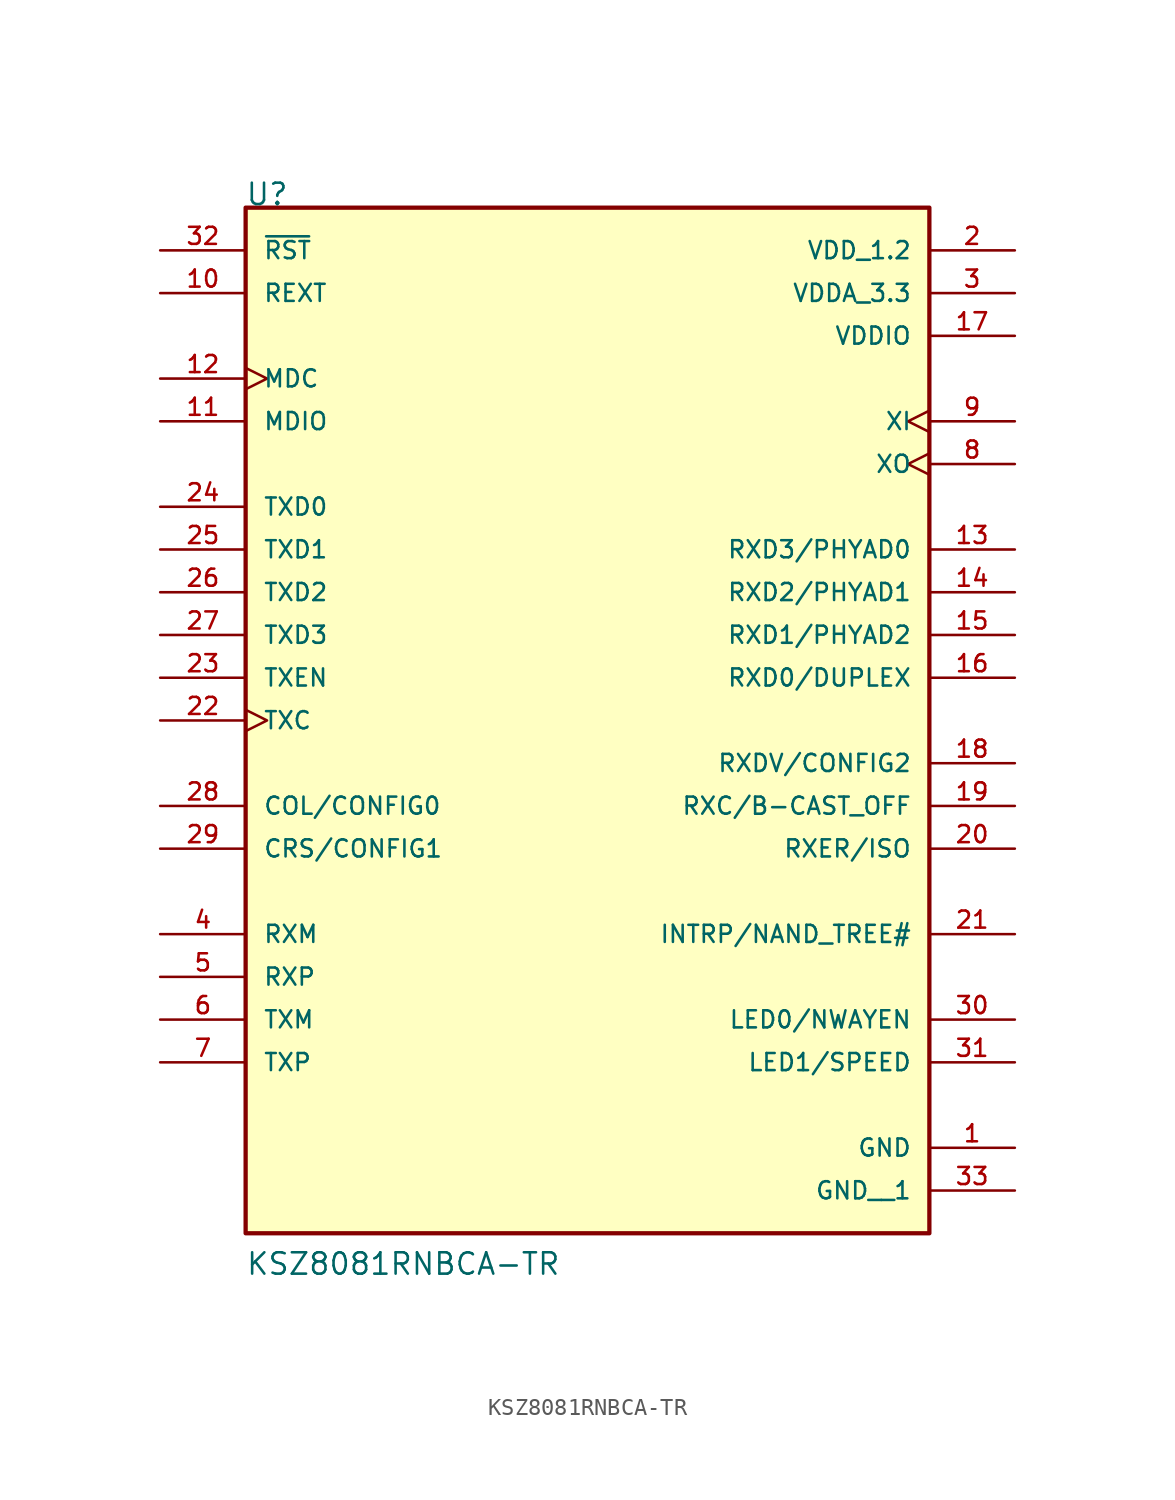
<source format=kicad_sym>
(kicad_symbol_lib
  (version 20211014)
  (generator kicad_symbol_editor)
  (symbol "KSZ8081RNBCA-TR"
    (pin_names
      (offset 1.016))
    (property "Reference" "U"
      (at -20.355 30.532 0)
      (effects (font (size 1.27 1.27)) (justify bottom left)))
    (property "Value" "KSZ8081RNBCA-TR"
      (at -20.335 -33.043 0)
      (effects (font (size 1.27 1.27)) (justify bottom left)))
    (symbol "KSZ8081RNBCA-TR_0_0"
      (rectangle (start -20.32 -30.48) (end 20.32 30.48) (stroke (width 0.254)) (fill (type background)))
      (pin power_in line (at 25.4 27.94 180.0) (length 5.08) (name "VDD_1.2" (effects (font (size 1.016 1.016)))) (number "2" (effects (font (size 1.016 1.016)))))
      (pin power_in line (at 25.4 25.4 180.0) (length 5.08) (name "VDDA_3.3" (effects (font (size 1.016 1.016)))) (number "3" (effects (font (size 1.016 1.016)))))
      (pin power_in line (at 25.4 -25.4 180.0) (length 5.08) (name "GND" (effects (font (size 1.016 1.016)))) (number "1" (effects (font (size 1.016 1.016)))))
      (pin bidirectional line (at -25.4 -12.7 0) (length 5.08) (name "RXM" (effects (font (size 1.016 1.016)))) (number "4" (effects (font (size 1.016 1.016)))))
      (pin bidirectional line (at -25.4 -15.24 0) (length 5.08) (name "RXP" (effects (font (size 1.016 1.016)))) (number "5" (effects (font (size 1.016 1.016)))))
      (pin bidirectional line (at -25.4 -17.78 0) (length 5.08) (name "TXM" (effects (font (size 1.016 1.016)))) (number "6" (effects (font (size 1.016 1.016)))))
      (pin bidirectional line (at -25.4 -20.32 0) (length 5.08) (name "TXP" (effects (font (size 1.016 1.016)))) (number "7" (effects (font (size 1.016 1.016)))))
      (pin input clock (at 25.4 17.78 180.0) (length 5.08) (name "XI" (effects (font (size 1.016 1.016)))) (number "9" (effects (font (size 1.016 1.016)))))
      (pin output clock (at 25.4 15.24 180.0) (length 5.08) (name "XO" (effects (font (size 1.016 1.016)))) (number "8" (effects (font (size 1.016 1.016)))))
      (pin input line (at -25.4 25.4 0) (length 5.08) (name "REXT" (effects (font (size 1.016 1.016)))) (number "10" (effects (font (size 1.016 1.016)))))
      (pin bidirectional line (at -25.4 17.78 0) (length 5.08) (name "MDIO" (effects (font (size 1.016 1.016)))) (number "11" (effects (font (size 1.016 1.016)))))
      (pin input clock (at -25.4 20.32 0) (length 5.08) (name "MDC" (effects (font (size 1.016 1.016)))) (number "12" (effects (font (size 1.016 1.016)))))
      (pin bidirectional line (at 25.4 10.16 180.0) (length 5.08) (name "RXD3/PHYAD0" (effects (font (size 1.016 1.016)))) (number "13" (effects (font (size 1.016 1.016)))))
      (pin bidirectional line (at 25.4 7.62 180.0) (length 5.08) (name "RXD2/PHYAD1" (effects (font (size 1.016 1.016)))) (number "14" (effects (font (size 1.016 1.016)))))
      (pin bidirectional line (at 25.4 5.08 180.0) (length 5.08) (name "RXD1/PHYAD2" (effects (font (size 1.016 1.016)))) (number "15" (effects (font (size 1.016 1.016)))))
      (pin bidirectional line (at 25.4 2.54 180.0) (length 5.08) (name "RXD0/DUPLEX" (effects (font (size 1.016 1.016)))) (number "16" (effects (font (size 1.016 1.016)))))
      (pin power_in line (at 25.4 22.86 180.0) (length 5.08) (name "VDDIO" (effects (font (size 1.016 1.016)))) (number "17" (effects (font (size 1.016 1.016)))))
      (pin bidirectional line (at 25.4 -2.54 180.0) (length 5.08) (name "RXDV/CONFIG2" (effects (font (size 1.016 1.016)))) (number "18" (effects (font (size 1.016 1.016)))))
      (pin bidirectional line (at 25.4 -5.08 180.0) (length 5.08) (name "RXC/B-CAST_OFF" (effects (font (size 1.016 1.016)))) (number "19" (effects (font (size 1.016 1.016)))))
      (pin bidirectional line (at 25.4 -7.62 180.0) (length 5.08) (name "RXER/ISO" (effects (font (size 1.016 1.016)))) (number "20" (effects (font (size 1.016 1.016)))))
      (pin bidirectional line (at 25.4 -12.7 180.0) (length 5.08) (name "INTRP/NAND_TREE#" (effects (font (size 1.016 1.016)))) (number "21" (effects (font (size 1.016 1.016)))))
      (pin bidirectional clock (at -25.4 0.0 0) (length 5.08) (name "TXC" (effects (font (size 1.016 1.016)))) (number "22" (effects (font (size 1.016 1.016)))))
      (pin input line (at -25.4 2.54 0) (length 5.08) (name "TXEN" (effects (font (size 1.016 1.016)))) (number "23" (effects (font (size 1.016 1.016)))))
      (pin input line (at -25.4 12.7 0) (length 5.08) (name "TXD0" (effects (font (size 1.016 1.016)))) (number "24" (effects (font (size 1.016 1.016)))))
      (pin input line (at -25.4 10.16 0) (length 5.08) (name "TXD1" (effects (font (size 1.016 1.016)))) (number "25" (effects (font (size 1.016 1.016)))))
      (pin input line (at -25.4 7.62 0) (length 5.08) (name "TXD2" (effects (font (size 1.016 1.016)))) (number "26" (effects (font (size 1.016 1.016)))))
      (pin input line (at -25.4 5.08 0) (length 5.08) (name "TXD3" (effects (font (size 1.016 1.016)))) (number "27" (effects (font (size 1.016 1.016)))))
      (pin bidirectional line (at -25.4 -5.08 0) (length 5.08) (name "COL/CONFIG0" (effects (font (size 1.016 1.016)))) (number "28" (effects (font (size 1.016 1.016)))))
      (pin bidirectional line (at -25.4 -7.62 0) (length 5.08) (name "CRS/CONFIG1" (effects (font (size 1.016 1.016)))) (number "29" (effects (font (size 1.016 1.016)))))
      (pin bidirectional line (at 25.4 -17.78 180.0) (length 5.08) (name "LED0/NWAYEN" (effects (font (size 1.016 1.016)))) (number "30" (effects (font (size 1.016 1.016)))))
      (pin bidirectional line (at 25.4 -20.32 180.0) (length 5.08) (name "LED1/SPEED" (effects (font (size 1.016 1.016)))) (number "31" (effects (font (size 1.016 1.016)))))
      (pin input line (at -25.4 27.94 0) (length 5.08) (name "~{RST}" (effects (font (size 1.016 1.016)))) (number "32" (effects (font (size 1.016 1.016)))))
      (pin power_in line (at 25.4 -27.94 180.0) (length 5.08) (name "GND__1" (effects (font (size 1.016 1.016)))) (number "33" (effects (font (size 1.016 1.016))))))))
</source>
